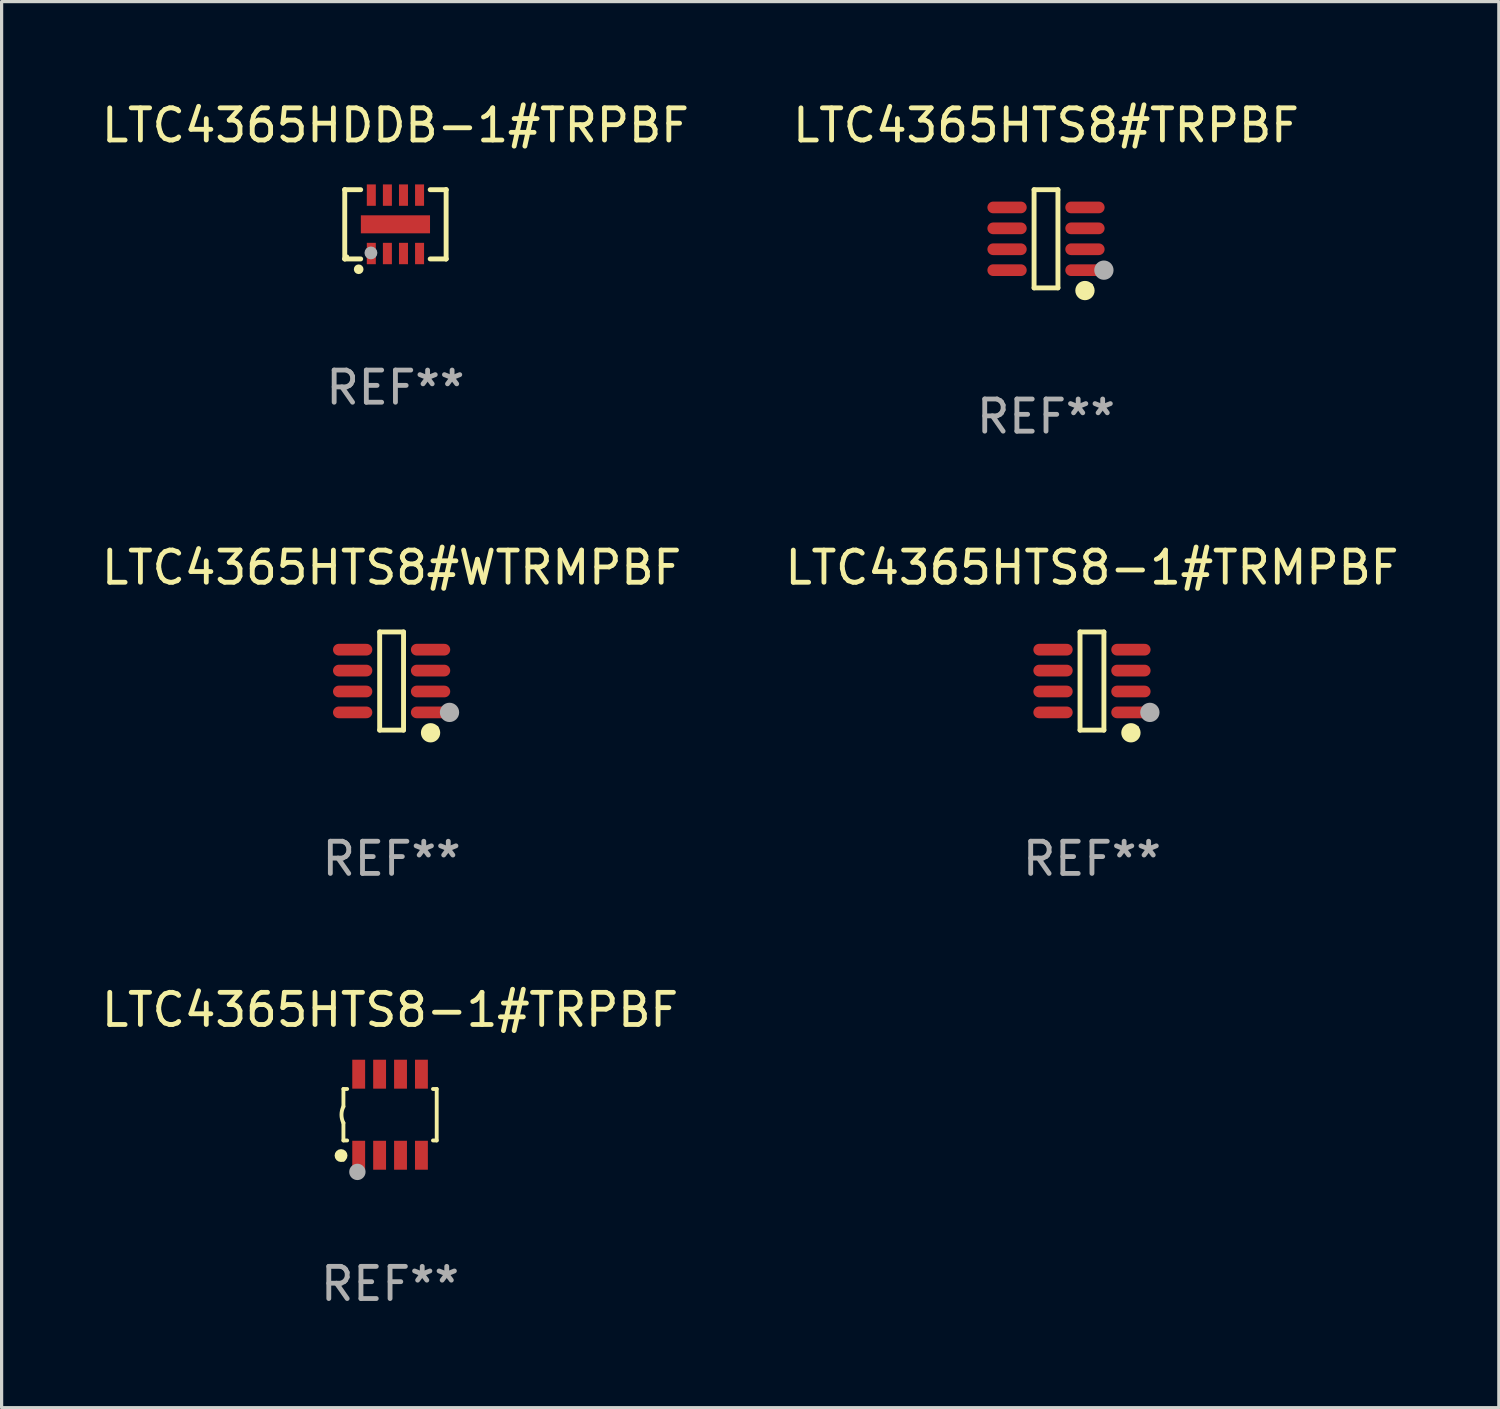
<source format=kicad_pcb>
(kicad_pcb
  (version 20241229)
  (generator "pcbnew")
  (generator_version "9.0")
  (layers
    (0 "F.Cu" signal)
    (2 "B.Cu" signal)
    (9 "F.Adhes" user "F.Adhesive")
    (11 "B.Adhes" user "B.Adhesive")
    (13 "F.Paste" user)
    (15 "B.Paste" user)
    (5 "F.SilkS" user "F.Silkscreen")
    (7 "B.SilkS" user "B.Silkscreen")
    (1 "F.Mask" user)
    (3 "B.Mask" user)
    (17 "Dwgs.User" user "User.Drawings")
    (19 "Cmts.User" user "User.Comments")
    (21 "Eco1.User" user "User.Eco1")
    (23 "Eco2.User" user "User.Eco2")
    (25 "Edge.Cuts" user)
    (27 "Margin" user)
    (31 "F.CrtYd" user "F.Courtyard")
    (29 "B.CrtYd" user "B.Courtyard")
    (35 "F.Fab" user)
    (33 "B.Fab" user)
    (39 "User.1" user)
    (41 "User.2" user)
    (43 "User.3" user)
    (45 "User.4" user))
  (footprint "LTC4365HDDB-1#TRPBF"
    (layer "F.Cu")
    (at 9.244 3.924)
    (property "Reference" "LTC4365HDDB-1#TRPBF" (at 0 -3.076 0) (layer "F.SilkS") (effects (font (size 1 1) (thickness 0.15))))
    (attr through_hole)
    (fp_line (start -1.576 -1.076) (end -1.576 -1.076) (stroke (width 0.152) (type solid)) (layer "F.SilkS"))
    (fp_line (start -1.576 -1.076) (end -1.08 -1.076) (stroke (width 0.152) (type solid)) (layer "F.SilkS"))
    (fp_line (start -1.576 1.076) (end -1.576 -1.076) (stroke (width 0.152) (type solid)) (layer "F.SilkS"))
    (fp_line (start -1.576 1.076) (end -1.576 1.076) (stroke (width 0.152) (type solid)) (layer "F.SilkS"))
    (fp_line (start -1.08 1.076) (end -1.576 1.076) (stroke (width 0.152) (type solid)) (layer "F.SilkS"))
    (fp_line (start 1.08 1.076) (end 1.576 1.076) (stroke (width 0.152) (type solid)) (layer "F.SilkS"))
    (fp_line (start 1.576 -1.076) (end 1.08 -1.076) (stroke (width 0.152) (type solid)) (layer "F.SilkS"))
    (fp_line (start 1.576 -1.076) (end 1.576 -1.076) (stroke (width 0.152) (type solid)) (layer "F.SilkS"))
    (fp_line (start 1.576 1.076) (end 1.576 -1.076) (stroke (width 0.152) (type solid)) (layer "F.SilkS"))
    (fp_line (start 1.576 1.076) (end 1.576 1.076) (stroke (width 0.152) (type solid)) (layer "F.SilkS"))
    (fp_circle (center -1.5 1) (end -1.47 1) (stroke (width 0.06) (type solid)) (fill no) (layer "F.SilkS"))
    (fp_circle (center -1.143 1.397) (end -1.068 1.397) (stroke (width 0.15) (type solid)) (fill no) (layer "F.SilkS"))
    (fp_circle (center -0.762 0.889) (end -0.662 0.889) (stroke (width 0.2) (type solid)) (fill no) (layer "F.Fab"))
    (fp_text user "REF**" (at 0 5.076 0) (layer "F.Fab") (effects (font (size 1 1) (thickness 0.15))))
    (pad "1" smd rect (at -0.75 0.908) (size 0.28 0.665) (layers "F.Cu" "F.Mask" "F.Paste"))
    (pad "2" smd rect (at -0.25 0.908) (size 0.28 0.665) (layers "F.Cu" "F.Mask" "F.Paste"))
    (pad "3" smd rect (at 0.25 0.908) (size 0.28 0.665) (layers "F.Cu" "F.Mask" "F.Paste"))
    (pad "4" smd rect (at 0.75 0.908) (size 0.28 0.665) (layers "F.Cu" "F.Mask" "F.Paste"))
    (pad "5" smd rect (at 0.75 -0.908) (size 0.28 0.665) (layers "F.Cu" "F.Mask" "F.Paste"))
    (pad "6" smd rect (at 0.25 -0.908) (size 0.28 0.665) (layers "F.Cu" "F.Mask" "F.Paste"))
    (pad "7" smd rect (at -0.25 -0.908) (size 0.28 0.665) (layers "F.Cu" "F.Mask" "F.Paste"))
    (pad "8" smd rect (at -0.75 -0.908) (size 0.28 0.665) (layers "F.Cu" "F.Mask" "F.Paste"))
    (pad "9" smd rect (at 0 0) (size 2.15 0.56) (layers "F.Cu" "F.Mask" "F.Paste")))
  (footprint "LTC4365HTS8#TRPBF"
    (layer "F.Cu")
    (at 29.47 4.374)
    (property "Reference" "LTC4365HTS8#TRPBF" (at 0 -3.526 0) (layer "F.SilkS") (effects (font (size 1 1) (thickness 0.15))))
    (attr through_hole)
    (fp_line (start -0.371 -1.526) (end 0.371 -1.526) (stroke (width 0.152) (type solid)) (layer "F.SilkS"))
    (fp_line (start -0.371 1.526) (end -0.371 -1.526) (stroke (width 0.152) (type solid)) (layer "F.SilkS"))
    (fp_line (start 0.371 -1.526) (end 0.371 1.526) (stroke (width 0.152) (type solid)) (layer "F.SilkS"))
    (fp_line (start 0.371 1.526) (end -0.371 1.526) (stroke (width 0.152) (type solid)) (layer "F.SilkS"))
    (fp_circle (center 1.211 1.609) (end 1.361 1.609) (stroke (width 0.3) (type solid)) (fill no) (layer "F.SilkS"))
    (fp_circle (center 1.4 1.45) (end 1.43 1.45) (stroke (width 0.06) (type solid)) (fill no) (layer "F.SilkS"))
    (fp_circle (center 1.8 0.975) (end 1.95 0.975) (stroke (width 0.3) (type solid)) (fill no) (layer "F.Fab"))
    (fp_text user "REF**" (at 0 5.526 0) (layer "F.Fab") (effects (font (size 1 1) (thickness 0.15))))
    (pad "1" smd oval (at 1.211 0.975) (size 1.222 0.364) (layers "F.Cu" "F.Mask" "F.Paste"))
    (pad "2" smd oval (at 1.211 0.325) (size 1.222 0.364) (layers "F.Cu" "F.Mask" "F.Paste"))
    (pad "3" smd oval (at 1.211 -0.325) (size 1.222 0.364) (layers "F.Cu" "F.Mask" "F.Paste"))
    (pad "4" smd oval (at 1.211 -0.975) (size 1.222 0.364) (layers "F.Cu" "F.Mask" "F.Paste"))
    (pad "5" smd oval (at -1.211 -0.975) (size 1.222 0.364) (layers "F.Cu" "F.Mask" "F.Paste"))
    (pad "6" smd oval (at -1.211 -0.325) (size 1.222 0.364) (layers "F.Cu" "F.Mask" "F.Paste"))
    (pad "7" smd oval (at -1.211 0.325) (size 1.222 0.364) (layers "F.Cu" "F.Mask" "F.Paste"))
    (pad "8" smd oval (at -1.211 0.975) (size 1.222 0.364) (layers "F.Cu" "F.Mask" "F.Paste")))
  (footprint "LTC4365HTS8-1#TRMPBF"
    (layer "F.Cu")
    (at 30.899 18.123)
    (property "Reference" "LTC4365HTS8-1#TRMPBF" (at 0 -3.526 0) (layer "F.SilkS") (effects (font (size 1 1) (thickness 0.15))))
    (attr through_hole)
    (fp_line (start -0.371 -1.526) (end 0.371 -1.526) (stroke (width 0.152) (type solid)) (layer "F.SilkS"))
    (fp_line (start -0.371 1.526) (end -0.371 -1.526) (stroke (width 0.152) (type solid)) (layer "F.SilkS"))
    (fp_line (start 0.371 -1.526) (end 0.371 1.526) (stroke (width 0.152) (type solid)) (layer "F.SilkS"))
    (fp_line (start 0.371 1.526) (end -0.371 1.526) (stroke (width 0.152) (type solid)) (layer "F.SilkS"))
    (fp_circle (center 1.211 1.609) (end 1.361 1.609) (stroke (width 0.3) (type solid)) (fill no) (layer "F.SilkS"))
    (fp_circle (center 1.4 1.45) (end 1.43 1.45) (stroke (width 0.06) (type solid)) (fill no) (layer "F.SilkS"))
    (fp_circle (center 1.8 0.975) (end 1.95 0.975) (stroke (width 0.3) (type solid)) (fill no) (layer "F.Fab"))
    (fp_text user "REF**" (at 0 5.526 0) (layer "F.Fab") (effects (font (size 1 1) (thickness 0.15))))
    (pad "1" smd oval (at 1.211 0.975) (size 1.222 0.364) (layers "F.Cu" "F.Mask" "F.Paste"))
    (pad "2" smd oval (at 1.211 0.325) (size 1.222 0.364) (layers "F.Cu" "F.Mask" "F.Paste"))
    (pad "3" smd oval (at 1.211 -0.325) (size 1.222 0.364) (layers "F.Cu" "F.Mask" "F.Paste"))
    (pad "4" smd oval (at 1.211 -0.975) (size 1.222 0.364) (layers "F.Cu" "F.Mask" "F.Paste"))
    (pad "5" smd oval (at -1.211 -0.975) (size 1.222 0.364) (layers "F.Cu" "F.Mask" "F.Paste"))
    (pad "6" smd oval (at -1.211 -0.325) (size 1.222 0.364) (layers "F.Cu" "F.Mask" "F.Paste"))
    (pad "7" smd oval (at -1.211 0.325) (size 1.222 0.364) (layers "F.Cu" "F.Mask" "F.Paste"))
    (pad "8" smd oval (at -1.211 0.975) (size 1.222 0.364) (layers "F.Cu" "F.Mask" "F.Paste")))
  (footprint "LTC4365HTS8-1#TRPBF"
    (layer "F.Cu")
    (at 9.077 31.606)
    (property "Reference" "LTC4365HTS8-1#TRPBF" (at 0 -3.26 0) (layer "F.SilkS") (effects (font (size 1 1) (thickness 0.15))))
    (attr through_hole)
    (fp_line (start -1.45 -0.8) (end -1.45 -0.254) (stroke (width 0.12) (type solid)) (layer "F.SilkS"))
    (fp_line (start -1.45 -0.8) (end -1.334 -0.8) (stroke (width 0.12) (type solid)) (layer "F.SilkS"))
    (fp_line (start -1.45 0.8) (end -1.45 0.254) (stroke (width 0.12) (type solid)) (layer "F.SilkS"))
    (fp_line (start -1.45 0.8) (end -1.334 0.8) (stroke (width 0.12) (type solid)) (layer "F.SilkS"))
    (fp_line (start 1.334 -0.8) (end 1.45 -0.8) (stroke (width 0.12) (type solid)) (layer "F.SilkS"))
    (fp_line (start 1.334 0.8) (end 1.45 0.8) (stroke (width 0.12) (type solid)) (layer "F.SilkS"))
    (fp_line (start 1.45 0.8) (end 1.45 -0.8) (stroke (width 0.12) (type solid)) (layer "F.SilkS"))
    (fp_arc (start -1.45075 0.255144) (mid -1.510605 0.000434) (end -1.450013 -0.254102) (stroke (width 0.11999) (type solid)) (layer "F.SilkS"))
    (fp_circle (center -1.524 1.27) (end -1.424 1.27) (stroke (width 0.2) (type solid)) (fill no) (layer "F.SilkS"))
    (fp_circle (center -1.45 1.4) (end -1.42 1.4) (stroke (width 0.06) (type solid)) (fill no) (layer "F.SilkS"))
    (fp_circle (center -1.016 1.778) (end -0.889 1.778) (stroke (width 0.254) (type solid)) (fill no) (layer "F.Fab"))
    (fp_text user "REF**" (at 0 5.26 0) (layer "F.Fab") (effects (font (size 1 1) (thickness 0.15))))
    (pad "1" smd rect (at -0.975 1.26) (size 0.4 0.9) (layers "F.Cu" "F.Mask" "F.Paste"))
    (pad "2" smd rect (at -0.325 1.26) (size 0.4 0.9) (layers "F.Cu" "F.Mask" "F.Paste"))
    (pad "3" smd rect (at 0.325 1.26) (size 0.4 0.9) (layers "F.Cu" "F.Mask" "F.Paste"))
    (pad "4" smd rect (at 0.975 1.26) (size 0.4 0.9) (layers "F.Cu" "F.Mask" "F.Paste"))
    (pad "5" smd rect (at 0.975 -1.26) (size 0.4 0.9) (layers "F.Cu" "F.Mask" "F.Paste"))
    (pad "6" smd rect (at 0.325 -1.26) (size 0.4 0.9) (layers "F.Cu" "F.Mask" "F.Paste"))
    (pad "7" smd rect (at -0.325 -1.26) (size 0.4 0.9) (layers "F.Cu" "F.Mask" "F.Paste"))
    (pad "8" smd rect (at -0.975 -1.26) (size 0.4 0.9) (layers "F.Cu" "F.Mask" "F.Paste")))
  (footprint "LTC4365HTS8#WTRMPBF"
    (layer "F.Cu")
    (at 9.125 18.123)
    (property "Reference" "LTC4365HTS8#WTRMPBF" (at 0 -3.526 0) (layer "F.SilkS") (effects (font (size 1 1) (thickness 0.15))))
    (attr through_hole)
    (fp_line (start -0.371 -1.526) (end 0.371 -1.526) (stroke (width 0.152) (type solid)) (layer "F.SilkS"))
    (fp_line (start -0.371 1.526) (end -0.371 -1.526) (stroke (width 0.152) (type solid)) (layer "F.SilkS"))
    (fp_line (start 0.371 -1.526) (end 0.371 1.526) (stroke (width 0.152) (type solid)) (layer "F.SilkS"))
    (fp_line (start 0.371 1.526) (end -0.371 1.526) (stroke (width 0.152) (type solid)) (layer "F.SilkS"))
    (fp_circle (center 1.211 1.609) (end 1.361 1.609) (stroke (width 0.3) (type solid)) (fill no) (layer "F.SilkS"))
    (fp_circle (center 1.4 1.45) (end 1.43 1.45) (stroke (width 0.06) (type solid)) (fill no) (layer "F.SilkS"))
    (fp_circle (center 1.8 0.975) (end 1.95 0.975) (stroke (width 0.3) (type solid)) (fill no) (layer "F.Fab"))
    (fp_text user "REF**" (at 0 5.526 0) (layer "F.Fab") (effects (font (size 1 1) (thickness 0.15))))
    (pad "1" smd oval (at 1.211 0.975) (size 1.222 0.364) (layers "F.Cu" "F.Mask" "F.Paste"))
    (pad "2" smd oval (at 1.211 0.325) (size 1.222 0.364) (layers "F.Cu" "F.Mask" "F.Paste"))
    (pad "3" smd oval (at 1.211 -0.325) (size 1.222 0.364) (layers "F.Cu" "F.Mask" "F.Paste"))
    (pad "4" smd oval (at 1.211 -0.975) (size 1.222 0.364) (layers "F.Cu" "F.Mask" "F.Paste"))
    (pad "5" smd oval (at -1.211 -0.975) (size 1.222 0.364) (layers "F.Cu" "F.Mask" "F.Paste"))
    (pad "6" smd oval (at -1.211 -0.325) (size 1.222 0.364) (layers "F.Cu" "F.Mask" "F.Paste"))
    (pad "7" smd oval (at -1.211 0.325) (size 1.222 0.364) (layers "F.Cu" "F.Mask" "F.Paste"))
    (pad "8" smd oval (at -1.211 0.975) (size 1.222 0.364) (layers "F.Cu" "F.Mask" "F.Paste")))
  (gr_rect
    (start -3 -3)
    (end 43.548 40.714)
    (stroke (width 0.1) (type default))
    (fill no)
    (layer "Edge.Cuts")))
</source>
